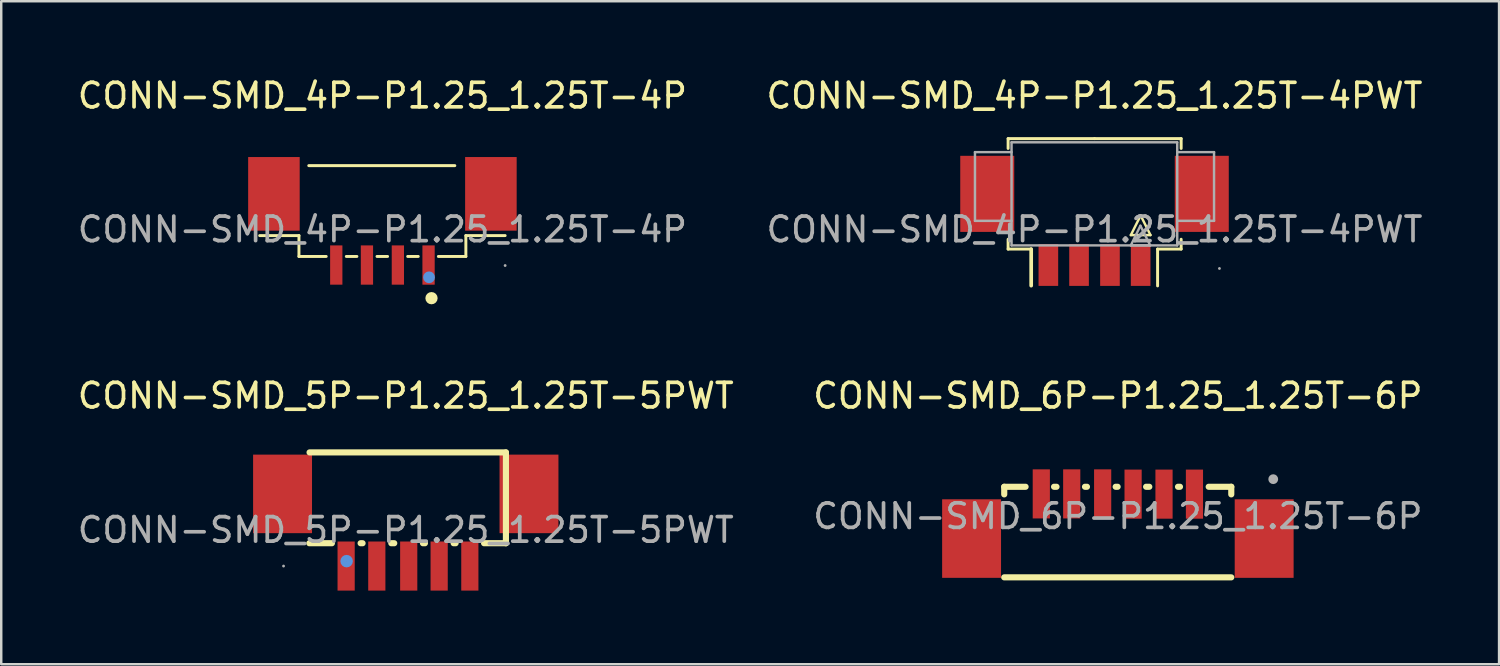
<source format=kicad_pcb>
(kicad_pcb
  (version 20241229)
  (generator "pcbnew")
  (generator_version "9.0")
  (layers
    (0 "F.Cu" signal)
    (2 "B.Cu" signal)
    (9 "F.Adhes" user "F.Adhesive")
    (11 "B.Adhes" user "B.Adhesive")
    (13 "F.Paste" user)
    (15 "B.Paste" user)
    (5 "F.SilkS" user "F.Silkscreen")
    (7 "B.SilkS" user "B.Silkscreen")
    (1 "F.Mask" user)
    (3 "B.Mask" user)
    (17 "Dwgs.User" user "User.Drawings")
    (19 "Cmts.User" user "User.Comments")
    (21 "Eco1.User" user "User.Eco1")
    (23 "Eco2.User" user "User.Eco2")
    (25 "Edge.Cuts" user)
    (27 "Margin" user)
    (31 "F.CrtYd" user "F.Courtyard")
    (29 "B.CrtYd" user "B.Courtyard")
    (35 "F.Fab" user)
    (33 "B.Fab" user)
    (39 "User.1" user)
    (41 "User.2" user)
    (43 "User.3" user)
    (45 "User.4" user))
  (footprint "CONN-SMD_5P-P1.25_1.25T-5PWT"
    (layer "F.Cu")
    (at 13.482 18.542)
    (property "Reference" "CONN-SMD_5P-P1.25_1.25T-5PWT" (at 0 -5.47 0) (layer "F.SilkS") (effects (font (size 1 1) (thickness 0.15))))
    (attr through_hole)
    (fp_line (start -3.92 -3.16) (end 4.08 -3.16) (stroke (width 0.25) (type solid)) (layer "F.SilkS"))
    (fp_line (start -3.01 0.54) (end -3.93 0.54) (stroke (width 0.25) (type solid)) (layer "F.SilkS"))
    (fp_line (start -1.76 0.54) (end -1.84 0.54) (stroke (width 0.25) (type solid)) (layer "F.SilkS"))
    (fp_line (start -0.47 0.54) (end -0.59 0.54) (stroke (width 0.25) (type solid)) (layer "F.SilkS"))
    (fp_line (start 0.78 0.54) (end 0.7 0.54) (stroke (width 0.25) (type solid)) (layer "F.SilkS"))
    (fp_line (start 2.03 0.54) (end 1.95 0.54) (stroke (width 0.25) (type solid)) (layer "F.SilkS"))
    (fp_line (start 4.08 -3.16) (end 4.08 0.54) (stroke (width 0.25) (type solid)) (layer "F.SilkS"))
    (fp_line (start 4.08 0.54) (end 3.19 0.54) (stroke (width 0.25) (type solid)) (layer "F.SilkS"))
    (fp_circle (center -2.41 1.27) (end -2.28 1.27) (stroke (width 0.25) (type solid)) (fill no) (layer "Cmts.User"))
    (fp_circle (center -4.98 1.47) (end -4.95 1.47) (stroke (width 0.06) (type solid)) (fill no) (layer "F.Fab"))
    (fp_text user "${REFERENCE}" (at 0 0 0) (layer "F.Fab") (effects (font (size 1 1) (thickness 0.15))))
    (pad "1" smd rect (at -2.43 1.47) (size 0.7 2) (layers "F.Cu" "F.Mask" "F.Paste"))
    (pad "2" smd rect (at -1.18 1.47) (size 0.7 2) (layers "F.Cu" "F.Mask" "F.Paste"))
    (pad "3" smd rect (at 0.12 1.47) (size 0.7 2) (layers "F.Cu" "F.Mask" "F.Paste"))
    (pad "4" smd rect (at 1.36 1.47) (size 0.7 2) (layers "F.Cu" "F.Mask" "F.Paste"))
    (pad "5" smd rect (at 2.61 1.47) (size 0.7 2) (layers "F.Cu" "F.Mask" "F.Paste"))
    (pad "6" smd rect (at -5.02 -1.47) (size 2.4 3.2) (layers "F.Cu" "F.Mask" "F.Paste"))
    (pad "7" smd rect (at 5.02 -1.47) (size 2.4 3.2) (layers "F.Cu" "F.Mask" "F.Paste")))
  (footprint "CONN-SMD_4P-P1.25_1.25T-4P"
    (layer "F.Cu")
    (at 12.53 6.298)
    (property "Reference" "CONN-SMD_4P-P1.25_1.25T-4P" (at 0 -5.45 0) (layer "F.SilkS") (effects (font (size 1 1) (thickness 0.15))))
    (attr through_hole)
    (fp_line (start -5 0.25) (end -3.4 0.25) (stroke (width 0.12) (type solid)) (layer "F.SilkS"))
    (fp_line (start -3.4 0.25) (end -3.4 1.1) (stroke (width 0.12) (type solid)) (layer "F.SilkS"))
    (fp_line (start -3.4 1.1) (end -2.29 1.1) (stroke (width 0.12) (type solid)) (layer "F.SilkS"))
    (fp_line (start -1.47 1.1) (end -1.04 1.1) (stroke (width 0.12) (type solid)) (layer "F.SilkS"))
    (fp_line (start -0.22 1.1) (end 0.21 1.1) (stroke (width 0.12) (type solid)) (layer "F.SilkS"))
    (fp_line (start 1.03 1.1) (end 1.46 1.1) (stroke (width 0.12) (type solid)) (layer "F.SilkS"))
    (fp_line (start 2.28 1.1) (end 3.4 1.1) (stroke (width 0.12) (type solid)) (layer "F.SilkS"))
    (fp_line (start 2.95 -2.6) (end -3 -2.6) (stroke (width 0.12) (type solid)) (layer "F.SilkS"))
    (fp_line (start 3.4 0.25) (end 5 0.25) (stroke (width 0.12) (type solid)) (layer "F.SilkS"))
    (fp_line (start 3.4 1.1) (end 3.4 0.25) (stroke (width 0.12) (type solid)) (layer "F.SilkS"))
    (fp_arc (start 2 2.8) (mid 2 2.8) (end 2 2.8) (stroke (width 0.25) (type solid)) (layer "F.SilkS"))
    (fp_circle (center 1.9 1.95) (end 2.02 1.95) (stroke (width 0.24) (type solid)) (fill no) (layer "Cmts.User"))
    (fp_circle (center 5 1.47) (end 5.03 1.47) (stroke (width 0.06) (type solid)) (fill no) (layer "F.Fab"))
    (fp_text user "${REFERENCE}" (at 0 0 0) (layer "F.Fab") (effects (font (size 1 1) (thickness 0.15))))
    (pad "1" smd rect (at 1.88 1.45 180) (size 0.5 1.6) (layers "F.Cu" "F.Mask" "F.Paste"))
    (pad "2" smd rect (at 0.63 1.45 180) (size 0.5 1.6) (layers "F.Cu" "F.Mask" "F.Paste"))
    (pad "3" smd rect (at -0.63 1.45 180) (size 0.5 1.6) (layers "F.Cu" "F.Mask" "F.Paste"))
    (pad "4" smd rect (at -1.88 1.45 180) (size 0.5 1.6) (layers "F.Cu" "F.Mask" "F.Paste"))
    (pad "5" smd rect (at -4.42 -1.45 180) (size 2.1 3) (layers "F.Cu" "F.Mask" "F.Paste"))
    (pad "6" smd rect (at 4.42 -1.45 180) (size 2.1 3) (layers "F.Cu" "F.Mask" "F.Paste")))
  (footprint "CONN-SMD_6P-P1.25_1.25T-6P"
    (layer "F.Cu")
    (at 42.494 17.982)
    (property "Reference" "CONN-SMD_6P-P1.25_1.25T-6P" (at 0 -4.91 0) (layer "F.SilkS") (effects (font (size 1 1) (thickness 0.15))))
    (attr through_hole)
    (fp_line (start -4.63 -1.2) (end -4.63 -0.89) (stroke (width 0.25) (type solid)) (layer "F.SilkS"))
    (fp_line (start -4.63 -1.2) (end -3.76 -1.2) (stroke (width 0.25) (type solid)) (layer "F.SilkS"))
    (fp_line (start -2.6 -1.2) (end -2.5 -1.2) (stroke (width 0.25) (type solid)) (layer "F.SilkS"))
    (fp_line (start -1.34 -1.2) (end -1.26 -1.2) (stroke (width 0.25) (type solid)) (layer "F.SilkS"))
    (fp_line (start -0.09 -1.2) (end -0.01 -1.2) (stroke (width 0.25) (type solid)) (layer "F.SilkS"))
    (fp_line (start 1.15 -1.2) (end 1.28 -1.2) (stroke (width 0.25) (type solid)) (layer "F.SilkS"))
    (fp_line (start 2.45 -1.2) (end 2.53 -1.2) (stroke (width 0.25) (type solid)) (layer "F.SilkS"))
    (fp_line (start 3.7 -1.2) (end 4.62 -1.2) (stroke (width 0.25) (type solid)) (layer "F.SilkS"))
    (fp_line (start 4.62 -1.2) (end 4.62 -0.89) (stroke (width 0.25) (type solid)) (layer "F.SilkS"))
    (fp_line (start 4.62 2.49) (end -4.63 2.49) (stroke (width 0.25) (type solid)) (layer "F.SilkS"))
    (fp_circle (center 6.33 -1.51) (end 6.43 -1.51) (stroke (width 0.2) (type solid)) (fill no) (layer "F.Fab"))
    (fp_text user "${REFERENCE}" (at 0 0 0) (layer "F.Fab") (effects (font (size 1 1) (thickness 0.15))))
    (pad "1" smd rect (at 3.12 -0.9 180) (size 0.7 2) (layers "F.Cu" "F.Mask" "F.Paste"))
    (pad "2" smd rect (at 1.88 -0.9 180) (size 0.7 2) (layers "F.Cu" "F.Mask" "F.Paste"))
    (pad "3" smd rect (at 0.62 -0.9 180) (size 0.7 2) (layers "F.Cu" "F.Mask" "F.Paste"))
    (pad "4" smd rect (at -0.62 -0.91 180) (size 0.7 2) (layers "F.Cu" "F.Mask" "F.Paste"))
    (pad "5" smd rect (at -1.88 -0.91 180) (size 0.7 2) (layers "F.Cu" "F.Mask" "F.Paste"))
    (pad "6" smd rect (at -3.12 -0.91 180) (size 0.7 2) (layers "F.Cu" "F.Mask" "F.Paste"))
    (pad "7" smd rect (at -5.96 0.91 180) (size 2.4 3.2) (layers "F.Cu" "F.Mask" "F.Paste"))
    (pad "8" smd rect (at 5.96 0.91 180) (size 2.4 3.2) (layers "F.Cu" "F.Mask" "F.Paste")))
  (footprint "CONN-SMD_4P-P1.25_1.25T-4PWT"
    (layer "F.Cu")
    (at 41.542 6.298)
    (property "Reference" "CONN-SMD_4P-P1.25_1.25T-4PWT" (at 0 -5.45 0) (layer "F.SilkS") (effects (font (size 1 1) (thickness 0.15))))
    (attr through_hole)
    (fp_line (start -3.52 -3.7) (end 0 -3.7) (stroke (width 0.12) (type solid)) (layer "F.SilkS"))
    (fp_line (start -3.52 -3.3) (end -3.52 -3.7) (stroke (width 0.12) (type solid)) (layer "F.SilkS"))
    (fp_line (start -3.52 0.8) (end -3.52 0.4) (stroke (width 0.12) (type solid)) (layer "F.SilkS"))
    (fp_line (start -2.58 0.8) (end -3.52 0.8) (stroke (width 0.12) (type solid)) (layer "F.SilkS"))
    (fp_line (start -2.58 0.8) (end -2.58 2.29) (stroke (width 0.15) (type solid)) (layer "F.SilkS"))
    (fp_line (start 0 -3.7) (end 3.53 -3.7) (stroke (width 0.12) (type solid)) (layer "F.SilkS"))
    (fp_line (start 1.48 0.23) (end 2.28 0.23) (stroke (width 0.1) (type solid)) (layer "F.SilkS"))
    (fp_line (start 1.88 -0.57) (end 1.48 0.23) (stroke (width 0.1) (type solid)) (layer "F.SilkS"))
    (fp_line (start 2.28 0.23) (end 1.88 -0.57) (stroke (width 0.1) (type solid)) (layer "F.SilkS"))
    (fp_line (start 2.57 0.8) (end 3.53 0.8) (stroke (width 0.12) (type solid)) (layer "F.SilkS"))
    (fp_line (start 2.57 2.3) (end 2.57 0.8) (stroke (width 0.12) (type solid)) (layer "F.SilkS"))
    (fp_line (start 3.53 -3.7) (end 3.53 -3.3) (stroke (width 0.12) (type solid)) (layer "F.SilkS"))
    (fp_line (start 3.53 0.8) (end 3.53 0.4) (stroke (width 0.12) (type solid)) (layer "F.SilkS"))
    (fp_line (start -4.87 -3.15) (end -3.38 -3.15) (stroke (width 0.1) (type solid)) (layer "F.Fab"))
    (fp_line (start -4.87 -0.35) (end -4.87 -3.15) (stroke (width 0.1) (type solid)) (layer "F.Fab"))
    (fp_line (start -3.38 -3.55) (end 3.37 -3.55) (stroke (width 0.1) (type solid)) (layer "F.Fab"))
    (fp_line (start -3.38 -0.35) (end -4.87 -0.35) (stroke (width 0.1) (type solid)) (layer "F.Fab"))
    (fp_line (start -3.38 0.65) (end -3.38 -3.55) (stroke (width 0.1) (type solid)) (layer "F.Fab"))
    (fp_line (start 1.48 0.65) (end 2.27 0.65) (stroke (width 0.1) (type solid)) (layer "F.Fab"))
    (fp_line (start 1.87 -0.15) (end 1.48 0.65) (stroke (width 0.1) (type solid)) (layer "F.Fab"))
    (fp_line (start 2.27 0.65) (end 1.87 -0.15) (stroke (width 0.1) (type solid)) (layer "F.Fab"))
    (fp_line (start 3.37 -3.55) (end 3.37 0.65) (stroke (width 0.1) (type solid)) (layer "F.Fab"))
    (fp_line (start 3.37 -0.35) (end 4.87 -0.35) (stroke (width 0.1) (type solid)) (layer "F.Fab"))
    (fp_line (start 3.37 0.65) (end -3.38 0.65) (stroke (width 0.1) (type solid)) (layer "F.Fab"))
    (fp_line (start 4.87 -3.15) (end 3.37 -3.15) (stroke (width 0.1) (type solid)) (layer "F.Fab"))
    (fp_line (start 4.87 -0.35) (end 4.87 -3.15) (stroke (width 0.1) (type solid)) (layer "F.Fab"))
    (fp_circle (center 5.09 1.59) (end 5.12 1.59) (stroke (width 0.06) (type solid)) (fill no) (layer "F.Fab"))
    (fp_text user "${REFERENCE}" (at 0 0 0) (layer "F.Fab") (effects (font (size 1 1) (thickness 0.15))))
    (pad "1" smd rect (at 1.88 1.45 180) (size 0.8 1.7) (layers "F.Cu" "F.Mask" "F.Paste"))
    (pad "2" smd rect (at 0.63 1.45 180) (size 0.8 1.7) (layers "F.Cu" "F.Mask" "F.Paste"))
    (pad "3" smd rect (at -0.63 1.45 180) (size 0.8 1.7) (layers "F.Cu" "F.Mask" "F.Paste"))
    (pad "4" smd rect (at -1.88 1.45 180) (size 0.8 1.7) (layers "F.Cu" "F.Mask" "F.Paste"))
    (pad "5" smd rect (at -4.37 -1.45 180) (size 2.2 3.1) (layers "F.Cu" "F.Mask" "F.Paste"))
    (pad "6" smd rect (at 4.37 -1.45 180) (size 2.2 3.1) (layers "F.Cu" "F.Mask" "F.Paste")))
  (gr_rect
    (start -3 -3)
    (end 58.024 24.012)
    (stroke (width 0.1) (type default))
    (fill no)
    (layer "Edge.Cuts")))
</source>
